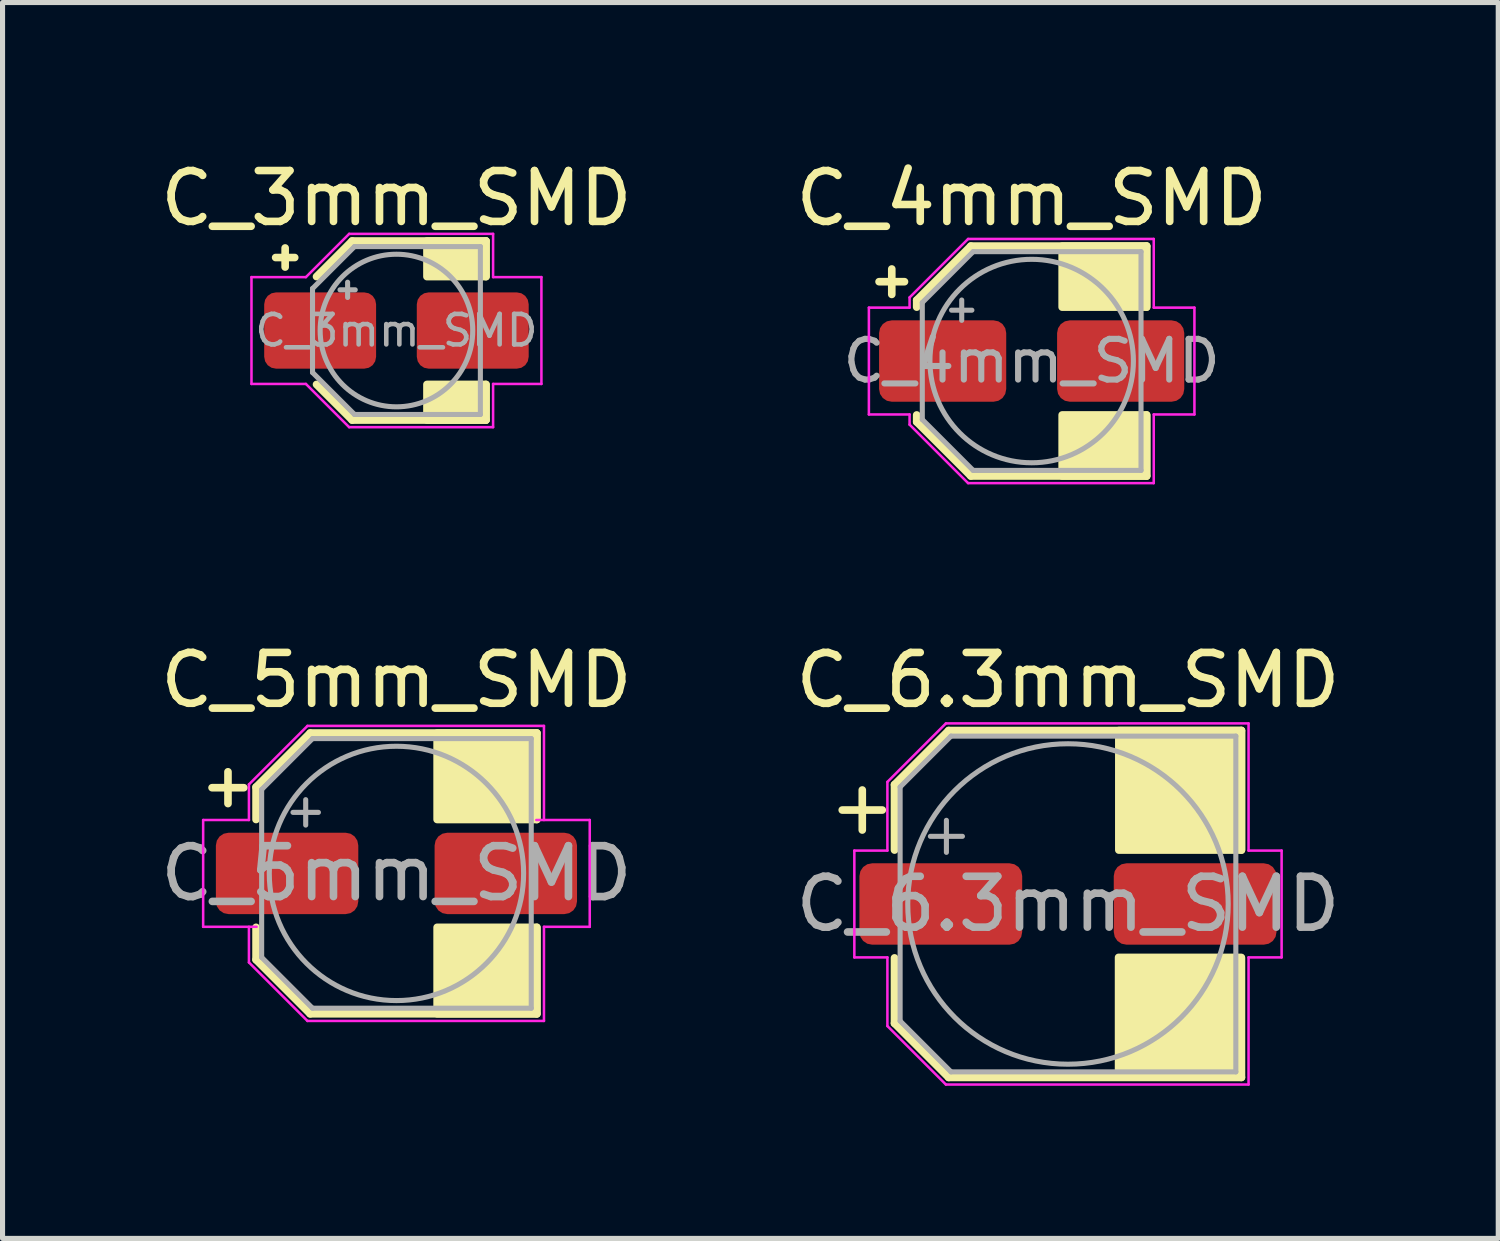
<source format=kicad_pcb>
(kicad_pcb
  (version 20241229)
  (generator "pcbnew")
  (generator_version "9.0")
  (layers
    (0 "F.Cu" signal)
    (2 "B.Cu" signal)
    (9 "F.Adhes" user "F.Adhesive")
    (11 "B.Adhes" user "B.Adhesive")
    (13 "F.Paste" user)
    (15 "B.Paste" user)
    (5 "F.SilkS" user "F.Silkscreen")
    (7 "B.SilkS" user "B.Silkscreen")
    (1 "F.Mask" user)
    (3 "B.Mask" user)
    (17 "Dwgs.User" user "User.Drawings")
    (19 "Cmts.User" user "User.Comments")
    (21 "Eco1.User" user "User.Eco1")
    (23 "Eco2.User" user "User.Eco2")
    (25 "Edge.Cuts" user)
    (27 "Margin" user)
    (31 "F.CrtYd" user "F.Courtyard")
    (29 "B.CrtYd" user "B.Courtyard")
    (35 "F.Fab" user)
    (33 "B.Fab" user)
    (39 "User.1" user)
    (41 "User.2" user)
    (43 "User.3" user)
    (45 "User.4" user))
  (footprint "C_4mm_SMD"
    (layer "F.Cu")
    (at 17.232 4.048)
    (property "Reference" "C_4mm_SMD" (at 0 -3.2 0) (unlocked yes) (layer "F.SilkS") (effects (font (size 1 1) (thickness 0.15))))
    (attr smd)
    (fp_line (start -3 -1.56) (end -2.5 -1.56) (stroke (width 0.15) (type solid)) (layer "F.SilkS"))
    (fp_line (start -2.75 -1.81) (end -2.75 -1.31) (stroke (width 0.15) (type solid)) (layer "F.SilkS"))
    (fp_line (start -2.26 -1.196) (end -2.26 -1.06) (stroke (width 0.15) (type solid)) (layer "F.SilkS"))
    (fp_line (start -2.26 -1.196) (end -1.196 -2.26) (stroke (width 0.15) (type solid)) (layer "F.SilkS"))
    (fp_line (start -2.26 1.196) (end -2.26 1.06) (stroke (width 0.15) (type solid)) (layer "F.SilkS"))
    (fp_line (start -2.26 1.196) (end -1.196 2.26) (stroke (width 0.15) (type solid)) (layer "F.SilkS"))
    (fp_line (start -1.196 -2.26) (end 2.26 -2.26) (stroke (width 0.15) (type solid)) (layer "F.SilkS"))
    (fp_line (start -1.196 2.26) (end 2.26 2.26) (stroke (width 0.15) (type solid)) (layer "F.SilkS"))
    (fp_line (start 2.26 -2.26) (end 2.26 -1.06) (stroke (width 0.15) (type solid)) (layer "F.SilkS"))
    (fp_line (start 2.26 2.26) (end 2.26 1.06) (stroke (width 0.15) (type solid)) (layer "F.SilkS"))
    (fp_rect (start 2.26 -1.06) (end 0.6 -2.26) (stroke (width 0.15) (type solid)) (fill yes) (layer "F.SilkS"))
    (fp_rect (start 2.26 2.26) (end 0.6 1.06) (stroke (width 0.15) (type solid)) (fill yes) (layer "F.SilkS"))
    (fp_line (start -3.2 -1.05) (end -3.2 1.05) (stroke (width 0.05) (type solid)) (layer "F.CrtYd"))
    (fp_line (start -3.2 1.05) (end -2.4 1.05) (stroke (width 0.05) (type solid)) (layer "F.CrtYd"))
    (fp_line (start -2.4 -1.25) (end -2.4 -1.05) (stroke (width 0.05) (type solid)) (layer "F.CrtYd"))
    (fp_line (start -2.4 -1.25) (end -1.25 -2.4) (stroke (width 0.05) (type solid)) (layer "F.CrtYd"))
    (fp_line (start -2.4 -1.05) (end -3.2 -1.05) (stroke (width 0.05) (type solid)) (layer "F.CrtYd"))
    (fp_line (start -2.4 1.05) (end -2.4 1.25) (stroke (width 0.05) (type solid)) (layer "F.CrtYd"))
    (fp_line (start -2.4 1.25) (end -1.25 2.4) (stroke (width 0.05) (type solid)) (layer "F.CrtYd"))
    (fp_line (start -1.25 -2.4) (end 2.4 -2.4) (stroke (width 0.05) (type solid)) (layer "F.CrtYd"))
    (fp_line (start -1.25 2.4) (end 2.4 2.4) (stroke (width 0.05) (type solid)) (layer "F.CrtYd"))
    (fp_line (start 2.4 -2.4) (end 2.4 -1.05) (stroke (width 0.05) (type solid)) (layer "F.CrtYd"))
    (fp_line (start 2.4 -1.05) (end 3.2 -1.05) (stroke (width 0.05) (type solid)) (layer "F.CrtYd"))
    (fp_line (start 2.4 1.05) (end 2.4 2.4) (stroke (width 0.05) (type solid)) (layer "F.CrtYd"))
    (fp_line (start 3.2 -1.05) (end 3.2 1.05) (stroke (width 0.05) (type solid)) (layer "F.CrtYd"))
    (fp_line (start 3.2 1.05) (end 2.4 1.05) (stroke (width 0.05) (type solid)) (layer "F.CrtYd"))
    (fp_line (start -2.15 -1.15) (end -2.15 1.15) (stroke (width 0.1) (type solid)) (layer "F.Fab"))
    (fp_line (start -2.15 -1.15) (end -1.15 -2.15) (stroke (width 0.1) (type solid)) (layer "F.Fab"))
    (fp_line (start -2.15 1.15) (end -1.15 2.15) (stroke (width 0.1) (type solid)) (layer "F.Fab"))
    (fp_line (start -1.575 -1) (end -1.175 -1) (stroke (width 0.1) (type solid)) (layer "F.Fab"))
    (fp_line (start -1.375 -1.2) (end -1.375 -0.8) (stroke (width 0.1) (type solid)) (layer "F.Fab"))
    (fp_line (start -1.15 -2.15) (end 2.15 -2.15) (stroke (width 0.1) (type solid)) (layer "F.Fab"))
    (fp_line (start -1.15 2.15) (end 2.15 2.15) (stroke (width 0.1) (type solid)) (layer "F.Fab"))
    (fp_line (start 2.15 -2.15) (end 2.15 2.15) (stroke (width 0.1) (type solid)) (layer "F.Fab"))
    (fp_circle (center 0 0) (end 2 0) (stroke (width 0.1) (type solid)) (fill no) (layer "F.Fab"))
    (fp_text user "${REFERENCE}" (at 0 0 0) (layer "F.Fab") (effects (font (size 0.8 0.8) (thickness 0.12))))
    (pad "1" smd roundrect (at -1.75 0) (size 2.5 1.6) (layers "F.Cu" "F.Mask" "F.Paste") (roundrect_rratio 0.156))
    (pad "2" smd roundrect (at 1.75 0) (size 2.5 1.6) (layers "F.Cu" "F.Mask" "F.Paste") (roundrect_rratio 0.156)))
  (footprint "C_6.3mm_SMD"
    (layer "F.Cu")
    (at 17.946 14.722)
    (property "Reference" "C_6.3mm_SMD" (at 0 -4.4 0) (unlocked yes) (layer "F.SilkS") (effects (font (size 1 1) (thickness 0.15))))
    (attr smd)
    (fp_line (start -4.438 -1.847) (end -3.65 -1.847) (stroke (width 0.15) (type solid)) (layer "F.SilkS"))
    (fp_line (start -4.044 -2.241) (end -4.044 -1.454) (stroke (width 0.15) (type solid)) (layer "F.SilkS"))
    (fp_line (start -3.41 -2.346) (end -3.41 -1.06) (stroke (width 0.15) (type solid)) (layer "F.SilkS"))
    (fp_line (start -3.41 -2.346) (end -2.346 -3.41) (stroke (width 0.15) (type solid)) (layer "F.SilkS"))
    (fp_line (start -3.41 2.346) (end -3.41 1.06) (stroke (width 0.15) (type solid)) (layer "F.SilkS"))
    (fp_line (start -3.41 2.346) (end -2.346 3.41) (stroke (width 0.15) (type solid)) (layer "F.SilkS"))
    (fp_line (start -2.346 -3.41) (end 3.41 -3.41) (stroke (width 0.15) (type solid)) (layer "F.SilkS"))
    (fp_line (start -2.346 3.41) (end 3.41 3.41) (stroke (width 0.15) (type solid)) (layer "F.SilkS"))
    (fp_line (start 3.41 -3.41) (end 3.41 -1.06) (stroke (width 0.15) (type solid)) (layer "F.SilkS"))
    (fp_line (start 3.41 3.41) (end 3.41 1.06) (stroke (width 0.15) (type solid)) (layer "F.SilkS"))
    (fp_rect (start 3.405 3.4) (end 0.995 1.05) (stroke (width 0.15) (type solid)) (fill yes) (layer "F.SilkS"))
    (fp_rect (start 3.41 -1.06) (end 1 -3.41) (stroke (width 0.15) (type solid)) (fill yes) (layer "F.SilkS"))
    (fp_line (start -4.2 -1.05) (end -4.2 1.05) (stroke (width 0.05) (type solid)) (layer "F.CrtYd"))
    (fp_line (start -4.2 1.05) (end -3.55 1.05) (stroke (width 0.05) (type solid)) (layer "F.CrtYd"))
    (fp_line (start -3.55 -2.4) (end -3.55 -1.05) (stroke (width 0.05) (type solid)) (layer "F.CrtYd"))
    (fp_line (start -3.55 -2.4) (end -2.4 -3.55) (stroke (width 0.05) (type solid)) (layer "F.CrtYd"))
    (fp_line (start -3.55 -1.05) (end -4.2 -1.05) (stroke (width 0.05) (type solid)) (layer "F.CrtYd"))
    (fp_line (start -3.55 1.05) (end -3.55 2.4) (stroke (width 0.05) (type solid)) (layer "F.CrtYd"))
    (fp_line (start -3.55 2.4) (end -2.4 3.55) (stroke (width 0.05) (type solid)) (layer "F.CrtYd"))
    (fp_line (start -2.4 -3.55) (end 3.55 -3.55) (stroke (width 0.05) (type solid)) (layer "F.CrtYd"))
    (fp_line (start -2.4 3.55) (end 3.55 3.55) (stroke (width 0.05) (type solid)) (layer "F.CrtYd"))
    (fp_line (start 3.55 -3.55) (end 3.55 -1.05) (stroke (width 0.05) (type solid)) (layer "F.CrtYd"))
    (fp_line (start 3.55 -1.05) (end 4.2 -1.05) (stroke (width 0.05) (type solid)) (layer "F.CrtYd"))
    (fp_line (start 3.55 1.05) (end 3.55 3.55) (stroke (width 0.05) (type solid)) (layer "F.CrtYd"))
    (fp_line (start 4.2 -1.05) (end 4.2 1.05) (stroke (width 0.05) (type solid)) (layer "F.CrtYd"))
    (fp_line (start 4.2 1.05) (end 3.55 1.05) (stroke (width 0.05) (type solid)) (layer "F.CrtYd"))
    (fp_line (start -3.3 -2.3) (end -3.3 2.3) (stroke (width 0.1) (type solid)) (layer "F.Fab"))
    (fp_line (start -3.3 -2.3) (end -2.3 -3.3) (stroke (width 0.1) (type solid)) (layer "F.Fab"))
    (fp_line (start -3.3 2.3) (end -2.3 3.3) (stroke (width 0.1) (type solid)) (layer "F.Fab"))
    (fp_line (start -2.705 -1.33) (end -2.075 -1.33) (stroke (width 0.1) (type solid)) (layer "F.Fab"))
    (fp_line (start -2.39 -1.645) (end -2.39 -1.015) (stroke (width 0.1) (type solid)) (layer "F.Fab"))
    (fp_line (start -2.3 -3.3) (end 3.3 -3.3) (stroke (width 0.1) (type solid)) (layer "F.Fab"))
    (fp_line (start -2.3 3.3) (end 3.3 3.3) (stroke (width 0.1) (type solid)) (layer "F.Fab"))
    (fp_line (start 3.3 -3.3) (end 3.3 3.3) (stroke (width 0.1) (type solid)) (layer "F.Fab"))
    (fp_circle (center 0 0) (end 3.15 0) (stroke (width 0.1) (type solid)) (fill no) (layer "F.Fab"))
    (fp_text user "${REFERENCE}" (at 0 0 0) (layer "F.Fab") (effects (font (size 1 1) (thickness 0.15))))
    (pad "1" smd roundrect (at -2.5 0) (size 3.2 1.6) (layers "F.Cu" "F.Mask" "F.Paste") (roundrect_rratio 0.156))
    (pad "2" smd roundrect (at 2.5 0) (size 3.2 1.6) (layers "F.Cu" "F.Mask" "F.Paste") (roundrect_rratio 0.156)))
  (footprint "C_5mm_SMD"
    (layer "F.Cu")
    (at 4.744 14.121)
    (property "Reference" "C_5mm_SMD" (at 0 -3.8 0) (unlocked yes) (layer "F.SilkS") (effects (font (size 1 1) (thickness 0.15))))
    (attr smd)
    (fp_line (start -3.625 -1.685) (end -3 -1.685) (stroke (width 0.15) (type solid)) (layer "F.SilkS"))
    (fp_line (start -3.312 -1.998) (end -3.312 -1.373) (stroke (width 0.15) (type solid)) (layer "F.SilkS"))
    (fp_line (start -2.76 -1.696) (end -2.76 -1.06) (stroke (width 0.15) (type solid)) (layer "F.SilkS"))
    (fp_line (start -2.76 -1.696) (end -1.696 -2.76) (stroke (width 0.15) (type solid)) (layer "F.SilkS"))
    (fp_line (start -2.76 1.696) (end -2.76 1.06) (stroke (width 0.15) (type solid)) (layer "F.SilkS"))
    (fp_line (start -2.76 1.696) (end -1.696 2.76) (stroke (width 0.15) (type solid)) (layer "F.SilkS"))
    (fp_line (start -1.696 -2.76) (end 2.76 -2.76) (stroke (width 0.15) (type solid)) (layer "F.SilkS"))
    (fp_line (start -1.696 2.76) (end 2.76 2.76) (stroke (width 0.15) (type solid)) (layer "F.SilkS"))
    (fp_line (start 2.76 -2.76) (end 2.76 -1.06) (stroke (width 0.15) (type solid)) (layer "F.SilkS"))
    (fp_line (start 2.76 2.76) (end 2.76 1.06) (stroke (width 0.15) (type solid)) (layer "F.SilkS"))
    (fp_rect (start 2.76 -1.06) (end 0.8 -2.76) (stroke (width 0.15) (type solid)) (fill yes) (layer "F.SilkS"))
    (fp_rect (start 2.76 2.76) (end 0.8 1.06) (stroke (width 0.15) (type solid)) (fill yes) (layer "F.SilkS"))
    (fp_line (start -3.8 -1.05) (end -3.8 1.05) (stroke (width 0.05) (type solid)) (layer "F.CrtYd"))
    (fp_line (start -3.8 1.05) (end -2.75 1.05) (stroke (width 0.05) (type solid)) (layer "F.CrtYd"))
    (fp_line (start -2.9 -1.75) (end -2.9 -1.05) (stroke (width 0.05) (type solid)) (layer "F.CrtYd"))
    (fp_line (start -2.9 -1.75) (end -1.75 -2.9) (stroke (width 0.05) (type solid)) (layer "F.CrtYd"))
    (fp_line (start -2.9 -1.05) (end -3.8 -1.05) (stroke (width 0.05) (type solid)) (layer "F.CrtYd"))
    (fp_line (start -2.9 1.05) (end -2.9 1.75) (stroke (width 0.05) (type solid)) (layer "F.CrtYd"))
    (fp_line (start -2.9 1.75) (end -1.75 2.9) (stroke (width 0.05) (type solid)) (layer "F.CrtYd"))
    (fp_line (start -1.75 -2.9) (end 2.9 -2.9) (stroke (width 0.05) (type solid)) (layer "F.CrtYd"))
    (fp_line (start -1.75 2.9) (end 2.9 2.9) (stroke (width 0.05) (type solid)) (layer "F.CrtYd"))
    (fp_line (start 2.75 -1.05) (end 3.8 -1.05) (stroke (width 0.05) (type solid)) (layer "F.CrtYd"))
    (fp_line (start 2.9 -2.9) (end 2.9 -1.05) (stroke (width 0.05) (type solid)) (layer "F.CrtYd"))
    (fp_line (start 2.9 1.05) (end 2.9 2.9) (stroke (width 0.05) (type solid)) (layer "F.CrtYd"))
    (fp_line (start 3.8 -1.05) (end 3.8 1.05) (stroke (width 0.05) (type solid)) (layer "F.CrtYd"))
    (fp_line (start 3.8 1.05) (end 2.9 1.05) (stroke (width 0.05) (type solid)) (layer "F.CrtYd"))
    (fp_line (start -2.65 -1.65) (end -2.65 1.65) (stroke (width 0.1) (type solid)) (layer "F.Fab"))
    (fp_line (start -2.65 -1.65) (end -1.65 -2.65) (stroke (width 0.1) (type solid)) (layer "F.Fab"))
    (fp_line (start -2.65 1.65) (end -1.65 2.65) (stroke (width 0.1) (type solid)) (layer "F.Fab"))
    (fp_line (start -2.034 -1.2) (end -1.534 -1.2) (stroke (width 0.1) (type solid)) (layer "F.Fab"))
    (fp_line (start -1.784 -1.45) (end -1.784 -0.95) (stroke (width 0.1) (type solid)) (layer "F.Fab"))
    (fp_line (start -1.65 -2.65) (end 2.65 -2.65) (stroke (width 0.1) (type solid)) (layer "F.Fab"))
    (fp_line (start -1.65 2.65) (end 2.65 2.65) (stroke (width 0.1) (type solid)) (layer "F.Fab"))
    (fp_line (start 2.65 -2.65) (end 2.65 2.65) (stroke (width 0.1) (type solid)) (layer "F.Fab"))
    (fp_circle (center 0 0) (end 2.5 0) (stroke (width 0.1) (type solid)) (fill no) (layer "F.Fab"))
    (fp_text user "${REFERENCE}" (at 0 0 0) (layer "F.Fab") (effects (font (size 1 1) (thickness 0.15))))
    (pad "1" smd roundrect (at -2.15 0) (size 2.8 1.6) (layers "F.Cu" "F.Mask" "F.Paste") (roundrect_rratio 0.156))
    (pad "2" smd roundrect (at 2.15 0) (size 2.8 1.6) (layers "F.Cu" "F.Mask" "F.Paste") (roundrect_rratio 0.156)))
  (footprint "C_3mm_SMD"
    (layer "F.Cu")
    (at 4.744 3.448)
    (property "Reference" "C_3mm_SMD" (at 0 -2.6 0) (unlocked yes) (layer "F.SilkS") (effects (font (size 1 1) (thickness 0.15))))
    (attr smd)
    (fp_line (start -2.375 -1.435) (end -2 -1.435) (stroke (width 0.15) (type solid)) (layer "F.SilkS"))
    (fp_line (start -2.188 -1.623) (end -2.188 -1.248) (stroke (width 0.15) (type solid)) (layer "F.SilkS"))
    (fp_line (start -1.571 -1.06) (end -0.871 -1.76) (stroke (width 0.15) (type solid)) (layer "F.SilkS"))
    (fp_line (start -1.571 1.06) (end -0.871 1.76) (stroke (width 0.15) (type solid)) (layer "F.SilkS"))
    (fp_line (start -0.871 -1.76) (end 1.76 -1.76) (stroke (width 0.15) (type solid)) (layer "F.SilkS"))
    (fp_line (start -0.871 1.76) (end 1.76 1.76) (stroke (width 0.15) (type solid)) (layer "F.SilkS"))
    (fp_line (start 1.76 -1.76) (end 1.76 -1.06) (stroke (width 0.15) (type solid)) (layer "F.SilkS"))
    (fp_line (start 1.76 1.76) (end 1.76 1.06) (stroke (width 0.15) (type solid)) (layer "F.SilkS"))
    (fp_rect (start 1.76 -1.06) (end 0.6 -1.76) (stroke (width 0.15) (type solid)) (fill yes) (layer "F.SilkS"))
    (fp_rect (start 1.76 1.76) (end 0.6 1.06) (stroke (width 0.15) (type solid)) (fill yes) (layer "F.SilkS"))
    (fp_line (start -2.85 -1.05) (end -2.85 1.05) (stroke (width 0.05) (type solid)) (layer "F.CrtYd"))
    (fp_line (start -2.85 1.05) (end -1.78 1.05) (stroke (width 0.05) (type solid)) (layer "F.CrtYd"))
    (fp_line (start -1.78 -1.05) (end -2.85 -1.05) (stroke (width 0.05) (type solid)) (layer "F.CrtYd"))
    (fp_line (start -1.78 -1.05) (end -0.93 -1.9) (stroke (width 0.05) (type solid)) (layer "F.CrtYd"))
    (fp_line (start -1.78 1.05) (end -0.93 1.9) (stroke (width 0.05) (type solid)) (layer "F.CrtYd"))
    (fp_line (start -0.93 -1.9) (end 1.9 -1.9) (stroke (width 0.05) (type solid)) (layer "F.CrtYd"))
    (fp_line (start -0.93 1.9) (end 1.9 1.9) (stroke (width 0.05) (type solid)) (layer "F.CrtYd"))
    (fp_line (start 1.9 -1.9) (end 1.9 -1.05) (stroke (width 0.05) (type solid)) (layer "F.CrtYd"))
    (fp_line (start 1.9 -1.05) (end 2.85 -1.05) (stroke (width 0.05) (type solid)) (layer "F.CrtYd"))
    (fp_line (start 1.9 1.05) (end 1.9 1.9) (stroke (width 0.05) (type solid)) (layer "F.CrtYd"))
    (fp_line (start 2.85 -1.05) (end 2.85 1.05) (stroke (width 0.05) (type solid)) (layer "F.CrtYd"))
    (fp_line (start 2.85 1.05) (end 1.9 1.05) (stroke (width 0.05) (type solid)) (layer "F.CrtYd"))
    (fp_line (start -1.65 -0.825) (end -1.65 0.825) (stroke (width 0.1) (type solid)) (layer "F.Fab"))
    (fp_line (start -1.65 -0.825) (end -0.825 -1.65) (stroke (width 0.1) (type solid)) (layer "F.Fab"))
    (fp_line (start -1.65 0.825) (end -0.825 1.65) (stroke (width 0.1) (type solid)) (layer "F.Fab"))
    (fp_line (start -1.11 -0.8) (end -0.81 -0.8) (stroke (width 0.1) (type solid)) (layer "F.Fab"))
    (fp_line (start -0.96 -0.95) (end -0.96 -0.65) (stroke (width 0.1) (type solid)) (layer "F.Fab"))
    (fp_line (start -0.825 -1.65) (end 1.65 -1.65) (stroke (width 0.1) (type solid)) (layer "F.Fab"))
    (fp_line (start -0.825 1.65) (end 1.65 1.65) (stroke (width 0.1) (type solid)) (layer "F.Fab"))
    (fp_line (start 1.65 -1.65) (end 1.65 1.65) (stroke (width 0.1) (type solid)) (layer "F.Fab"))
    (fp_circle (center 0 0) (end 1.5 0) (stroke (width 0.1) (type solid)) (fill no) (layer "F.Fab"))
    (fp_text user "${REFERENCE}" (at 0 0 0) (layer "F.Fab") (effects (font (size 0.6 0.6) (thickness 0.09))))
    (pad "1" smd roundrect (at -1.5 0) (size 2.2 1.5) (layers "F.Cu" "F.Mask" "F.Paste") (roundrect_rratio 0.156))
    (pad "2" smd roundrect (at 1.5 0) (size 2.2 1.5) (layers "F.Cu" "F.Mask" "F.Paste") (roundrect_rratio 0.156)))
  (gr_rect
    (start -3 -3)
    (end 26.405 21.297)
    (stroke (width 0.1) (type default))
    (fill no)
    (layer "Edge.Cuts")))
</source>
